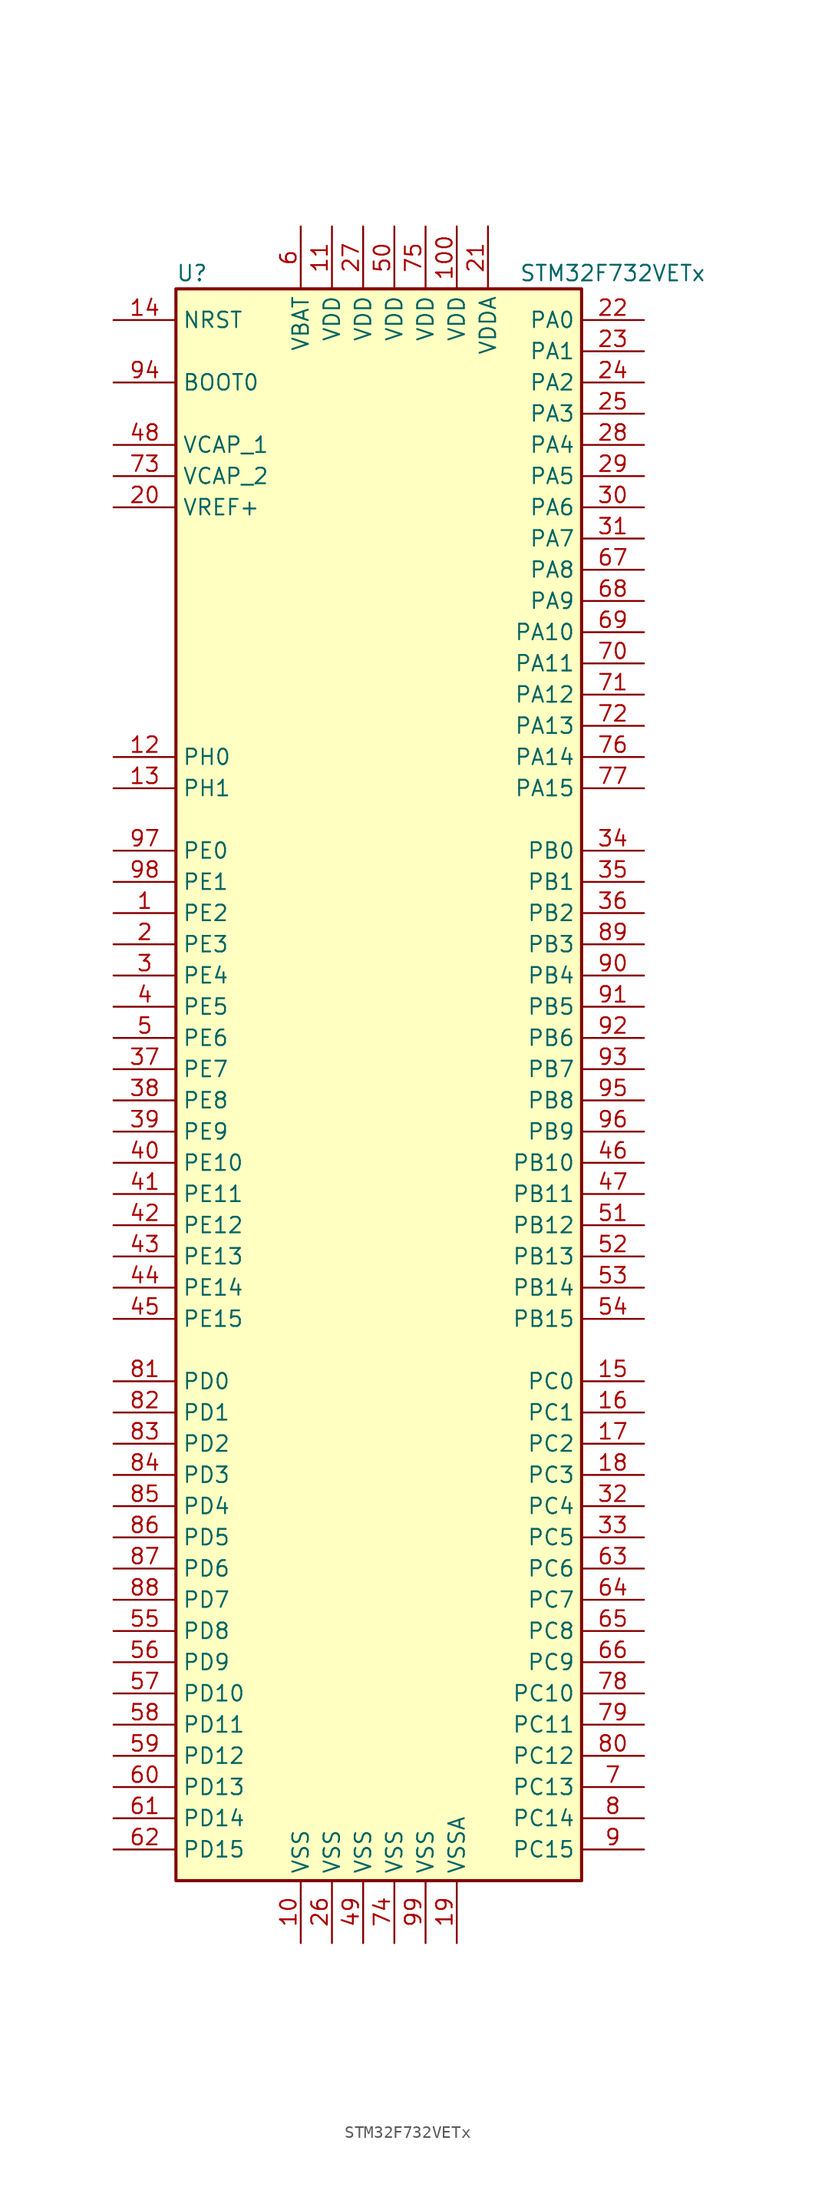
<source format=kicad_sym>
(kicad_symbol_lib
  (version 20220914)
  (generator kicad_symbol_editor)
  (symbol "STM32F732VETx"
    (property "Reference" "U"
      (at -17.78 64.77 0)
      (effects (font (size 1.27 1.27)) (justify left)))
    (property "Value" "STM32F732VETx"
      (at 10.16 64.77 0)
      (effects (font (size 1.27 1.27)) (justify left)))
    (symbol "STM32F732VETx_0_1"
      (rectangle (start -17.78 -66.04) (end 15.24 63.5) (stroke (width 0.254) (type default)) (fill (type background))))
    (symbol "STM32F732VETx_1_1"
      (pin bidirectional line (at -22.86 12.7 0) (length 5.08) (name "PE2" (effects (font (size 1.27 1.27)))) (number "1" (effects (font (size 1.27 1.27)))))
      (pin power_in line (at -7.62 -71.12 90) (length 5.08) (name "VSS" (effects (font (size 1.27 1.27)))) (number "10" (effects (font (size 1.27 1.27)))))
      (pin power_in line (at 5.08 68.58 270) (length 5.08) (name "VDD" (effects (font (size 1.27 1.27)))) (number "100" (effects (font (size 1.27 1.27)))))
      (pin power_in line (at -5.08 68.58 270) (length 5.08) (name "VDD" (effects (font (size 1.27 1.27)))) (number "11" (effects (font (size 1.27 1.27)))))
      (pin input line (at -22.86 25.4 0) (length 5.08) (name "PH0" (effects (font (size 1.27 1.27)))) (number "12" (effects (font (size 1.27 1.27)))))
      (pin input line (at -22.86 22.86 0) (length 5.08) (name "PH1" (effects (font (size 1.27 1.27)))) (number "13" (effects (font (size 1.27 1.27)))))
      (pin input line (at -22.86 60.96 0) (length 5.08) (name "NRST" (effects (font (size 1.27 1.27)))) (number "14" (effects (font (size 1.27 1.27)))))
      (pin bidirectional line (at 20.32 -25.4 180) (length 5.08) (name "PC0" (effects (font (size 1.27 1.27)))) (number "15" (effects (font (size 1.27 1.27)))))
      (pin bidirectional line (at 20.32 -27.94 180) (length 5.08) (name "PC1" (effects (font (size 1.27 1.27)))) (number "16" (effects (font (size 1.27 1.27)))))
      (pin bidirectional line (at 20.32 -30.48 180) (length 5.08) (name "PC2" (effects (font (size 1.27 1.27)))) (number "17" (effects (font (size 1.27 1.27)))))
      (pin bidirectional line (at 20.32 -33.02 180) (length 5.08) (name "PC3" (effects (font (size 1.27 1.27)))) (number "18" (effects (font (size 1.27 1.27)))))
      (pin power_in line (at 5.08 -71.12 90) (length 5.08) (name "VSSA" (effects (font (size 1.27 1.27)))) (number "19" (effects (font (size 1.27 1.27)))))
      (pin bidirectional line (at -22.86 10.16 0) (length 5.08) (name "PE3" (effects (font (size 1.27 1.27)))) (number "2" (effects (font (size 1.27 1.27)))))
      (pin power_in line (at -22.86 45.72 0) (length 5.08) (name "VREF+" (effects (font (size 1.27 1.27)))) (number "20" (effects (font (size 1.27 1.27)))))
      (pin power_in line (at 7.62 68.58 270) (length 5.08) (name "VDDA" (effects (font (size 1.27 1.27)))) (number "21" (effects (font (size 1.27 1.27)))))
      (pin bidirectional line (at 20.32 60.96 180) (length 5.08) (name "PA0" (effects (font (size 1.27 1.27)))) (number "22" (effects (font (size 1.27 1.27)))))
      (pin bidirectional line (at 20.32 58.42 180) (length 5.08) (name "PA1" (effects (font (size 1.27 1.27)))) (number "23" (effects (font (size 1.27 1.27)))))
      (pin bidirectional line (at 20.32 55.88 180) (length 5.08) (name "PA2" (effects (font (size 1.27 1.27)))) (number "24" (effects (font (size 1.27 1.27)))))
      (pin bidirectional line (at 20.32 53.34 180) (length 5.08) (name "PA3" (effects (font (size 1.27 1.27)))) (number "25" (effects (font (size 1.27 1.27)))))
      (pin power_in line (at -5.08 -71.12 90) (length 5.08) (name "VSS" (effects (font (size 1.27 1.27)))) (number "26" (effects (font (size 1.27 1.27)))))
      (pin power_in line (at -2.54 68.58 270) (length 5.08) (name "VDD" (effects (font (size 1.27 1.27)))) (number "27" (effects (font (size 1.27 1.27)))))
      (pin bidirectional line (at 20.32 50.8 180) (length 5.08) (name "PA4" (effects (font (size 1.27 1.27)))) (number "28" (effects (font (size 1.27 1.27)))))
      (pin bidirectional line (at 20.32 48.26 180) (length 5.08) (name "PA5" (effects (font (size 1.27 1.27)))) (number "29" (effects (font (size 1.27 1.27)))))
      (pin bidirectional line (at -22.86 7.62 0) (length 5.08) (name "PE4" (effects (font (size 1.27 1.27)))) (number "3" (effects (font (size 1.27 1.27)))))
      (pin bidirectional line (at 20.32 45.72 180) (length 5.08) (name "PA6" (effects (font (size 1.27 1.27)))) (number "30" (effects (font (size 1.27 1.27)))))
      (pin bidirectional line (at 20.32 43.18 180) (length 5.08) (name "PA7" (effects (font (size 1.27 1.27)))) (number "31" (effects (font (size 1.27 1.27)))))
      (pin bidirectional line (at 20.32 -35.56 180) (length 5.08) (name "PC4" (effects (font (size 1.27 1.27)))) (number "32" (effects (font (size 1.27 1.27)))))
      (pin bidirectional line (at 20.32 -38.1 180) (length 5.08) (name "PC5" (effects (font (size 1.27 1.27)))) (number "33" (effects (font (size 1.27 1.27)))))
      (pin bidirectional line (at 20.32 17.78 180) (length 5.08) (name "PB0" (effects (font (size 1.27 1.27)))) (number "34" (effects (font (size 1.27 1.27)))))
      (pin bidirectional line (at 20.32 15.24 180) (length 5.08) (name "PB1" (effects (font (size 1.27 1.27)))) (number "35" (effects (font (size 1.27 1.27)))))
      (pin bidirectional line (at 20.32 12.7 180) (length 5.08) (name "PB2" (effects (font (size 1.27 1.27)))) (number "36" (effects (font (size 1.27 1.27)))))
      (pin bidirectional line (at -22.86 0 0) (length 5.08) (name "PE7" (effects (font (size 1.27 1.27)))) (number "37" (effects (font (size 1.27 1.27)))))
      (pin bidirectional line (at -22.86 -2.54 0) (length 5.08) (name "PE8" (effects (font (size 1.27 1.27)))) (number "38" (effects (font (size 1.27 1.27)))))
      (pin bidirectional line (at -22.86 -5.08 0) (length 5.08) (name "PE9" (effects (font (size 1.27 1.27)))) (number "39" (effects (font (size 1.27 1.27)))))
      (pin bidirectional line (at -22.86 5.08 0) (length 5.08) (name "PE5" (effects (font (size 1.27 1.27)))) (number "4" (effects (font (size 1.27 1.27)))))
      (pin bidirectional line (at -22.86 -7.62 0) (length 5.08) (name "PE10" (effects (font (size 1.27 1.27)))) (number "40" (effects (font (size 1.27 1.27)))))
      (pin bidirectional line (at -22.86 -10.16 0) (length 5.08) (name "PE11" (effects (font (size 1.27 1.27)))) (number "41" (effects (font (size 1.27 1.27)))))
      (pin bidirectional line (at -22.86 -12.7 0) (length 5.08) (name "PE12" (effects (font (size 1.27 1.27)))) (number "42" (effects (font (size 1.27 1.27)))))
      (pin bidirectional line (at -22.86 -15.24 0) (length 5.08) (name "PE13" (effects (font (size 1.27 1.27)))) (number "43" (effects (font (size 1.27 1.27)))))
      (pin bidirectional line (at -22.86 -17.78 0) (length 5.08) (name "PE14" (effects (font (size 1.27 1.27)))) (number "44" (effects (font (size 1.27 1.27)))))
      (pin bidirectional line (at -22.86 -20.32 0) (length 5.08) (name "PE15" (effects (font (size 1.27 1.27)))) (number "45" (effects (font (size 1.27 1.27)))))
      (pin bidirectional line (at 20.32 -7.62 180) (length 5.08) (name "PB10" (effects (font (size 1.27 1.27)))) (number "46" (effects (font (size 1.27 1.27)))))
      (pin bidirectional line (at 20.32 -10.16 180) (length 5.08) (name "PB11" (effects (font (size 1.27 1.27)))) (number "47" (effects (font (size 1.27 1.27)))))
      (pin power_in line (at -22.86 50.8 0) (length 5.08) (name "VCAP_1" (effects (font (size 1.27 1.27)))) (number "48" (effects (font (size 1.27 1.27)))))
      (pin power_in line (at -2.54 -71.12 90) (length 5.08) (name "VSS" (effects (font (size 1.27 1.27)))) (number "49" (effects (font (size 1.27 1.27)))))
      (pin bidirectional line (at -22.86 2.54 0) (length 5.08) (name "PE6" (effects (font (size 1.27 1.27)))) (number "5" (effects (font (size 1.27 1.27)))))
      (pin power_in line (at 0 68.58 270) (length 5.08) (name "VDD" (effects (font (size 1.27 1.27)))) (number "50" (effects (font (size 1.27 1.27)))))
      (pin bidirectional line (at 20.32 -12.7 180) (length 5.08) (name "PB12" (effects (font (size 1.27 1.27)))) (number "51" (effects (font (size 1.27 1.27)))))
      (pin bidirectional line (at 20.32 -15.24 180) (length 5.08) (name "PB13" (effects (font (size 1.27 1.27)))) (number "52" (effects (font (size 1.27 1.27)))))
      (pin bidirectional line (at 20.32 -17.78 180) (length 5.08) (name "PB14" (effects (font (size 1.27 1.27)))) (number "53" (effects (font (size 1.27 1.27)))))
      (pin bidirectional line (at 20.32 -20.32 180) (length 5.08) (name "PB15" (effects (font (size 1.27 1.27)))) (number "54" (effects (font (size 1.27 1.27)))))
      (pin bidirectional line (at -22.86 -45.72 0) (length 5.08) (name "PD8" (effects (font (size 1.27 1.27)))) (number "55" (effects (font (size 1.27 1.27)))))
      (pin bidirectional line (at -22.86 -48.26 0) (length 5.08) (name "PD9" (effects (font (size 1.27 1.27)))) (number "56" (effects (font (size 1.27 1.27)))))
      (pin bidirectional line (at -22.86 -50.8 0) (length 5.08) (name "PD10" (effects (font (size 1.27 1.27)))) (number "57" (effects (font (size 1.27 1.27)))))
      (pin bidirectional line (at -22.86 -53.34 0) (length 5.08) (name "PD11" (effects (font (size 1.27 1.27)))) (number "58" (effects (font (size 1.27 1.27)))))
      (pin bidirectional line (at -22.86 -55.88 0) (length 5.08) (name "PD12" (effects (font (size 1.27 1.27)))) (number "59" (effects (font (size 1.27 1.27)))))
      (pin power_in line (at -7.62 68.58 270) (length 5.08) (name "VBAT" (effects (font (size 1.27 1.27)))) (number "6" (effects (font (size 1.27 1.27)))))
      (pin bidirectional line (at -22.86 -58.42 0) (length 5.08) (name "PD13" (effects (font (size 1.27 1.27)))) (number "60" (effects (font (size 1.27 1.27)))))
      (pin bidirectional line (at -22.86 -60.96 0) (length 5.08) (name "PD14" (effects (font (size 1.27 1.27)))) (number "61" (effects (font (size 1.27 1.27)))))
      (pin bidirectional line (at -22.86 -63.5 0) (length 5.08) (name "PD15" (effects (font (size 1.27 1.27)))) (number "62" (effects (font (size 1.27 1.27)))))
      (pin bidirectional line (at 20.32 -40.64 180) (length 5.08) (name "PC6" (effects (font (size 1.27 1.27)))) (number "63" (effects (font (size 1.27 1.27)))))
      (pin bidirectional line (at 20.32 -43.18 180) (length 5.08) (name "PC7" (effects (font (size 1.27 1.27)))) (number "64" (effects (font (size 1.27 1.27)))))
      (pin bidirectional line (at 20.32 -45.72 180) (length 5.08) (name "PC8" (effects (font (size 1.27 1.27)))) (number "65" (effects (font (size 1.27 1.27)))))
      (pin bidirectional line (at 20.32 -48.26 180) (length 5.08) (name "PC9" (effects (font (size 1.27 1.27)))) (number "66" (effects (font (size 1.27 1.27)))))
      (pin bidirectional line (at 20.32 40.64 180) (length 5.08) (name "PA8" (effects (font (size 1.27 1.27)))) (number "67" (effects (font (size 1.27 1.27)))))
      (pin bidirectional line (at 20.32 38.1 180) (length 5.08) (name "PA9" (effects (font (size 1.27 1.27)))) (number "68" (effects (font (size 1.27 1.27)))))
      (pin bidirectional line (at 20.32 35.56 180) (length 5.08) (name "PA10" (effects (font (size 1.27 1.27)))) (number "69" (effects (font (size 1.27 1.27)))))
      (pin bidirectional line (at 20.32 -58.42 180) (length 5.08) (name "PC13" (effects (font (size 1.27 1.27)))) (number "7" (effects (font (size 1.27 1.27)))))
      (pin bidirectional line (at 20.32 33.02 180) (length 5.08) (name "PA11" (effects (font (size 1.27 1.27)))) (number "70" (effects (font (size 1.27 1.27)))))
      (pin bidirectional line (at 20.32 30.48 180) (length 5.08) (name "PA12" (effects (font (size 1.27 1.27)))) (number "71" (effects (font (size 1.27 1.27)))))
      (pin bidirectional line (at 20.32 27.94 180) (length 5.08) (name "PA13" (effects (font (size 1.27 1.27)))) (number "72" (effects (font (size 1.27 1.27)))))
      (pin power_in line (at -22.86 48.26 0) (length 5.08) (name "VCAP_2" (effects (font (size 1.27 1.27)))) (number "73" (effects (font (size 1.27 1.27)))))
      (pin power_in line (at 0 -71.12 90) (length 5.08) (name "VSS" (effects (font (size 1.27 1.27)))) (number "74" (effects (font (size 1.27 1.27)))))
      (pin power_in line (at 2.54 68.58 270) (length 5.08) (name "VDD" (effects (font (size 1.27 1.27)))) (number "75" (effects (font (size 1.27 1.27)))))
      (pin bidirectional line (at 20.32 25.4 180) (length 5.08) (name "PA14" (effects (font (size 1.27 1.27)))) (number "76" (effects (font (size 1.27 1.27)))))
      (pin bidirectional line (at 20.32 22.86 180) (length 5.08) (name "PA15" (effects (font (size 1.27 1.27)))) (number "77" (effects (font (size 1.27 1.27)))))
      (pin bidirectional line (at 20.32 -50.8 180) (length 5.08) (name "PC10" (effects (font (size 1.27 1.27)))) (number "78" (effects (font (size 1.27 1.27)))))
      (pin bidirectional line (at 20.32 -53.34 180) (length 5.08) (name "PC11" (effects (font (size 1.27 1.27)))) (number "79" (effects (font (size 1.27 1.27)))))
      (pin bidirectional line (at 20.32 -60.96 180) (length 5.08) (name "PC14" (effects (font (size 1.27 1.27)))) (number "8" (effects (font (size 1.27 1.27)))))
      (pin bidirectional line (at 20.32 -55.88 180) (length 5.08) (name "PC12" (effects (font (size 1.27 1.27)))) (number "80" (effects (font (size 1.27 1.27)))))
      (pin bidirectional line (at -22.86 -25.4 0) (length 5.08) (name "PD0" (effects (font (size 1.27 1.27)))) (number "81" (effects (font (size 1.27 1.27)))))
      (pin bidirectional line (at -22.86 -27.94 0) (length 5.08) (name "PD1" (effects (font (size 1.27 1.27)))) (number "82" (effects (font (size 1.27 1.27)))))
      (pin bidirectional line (at -22.86 -30.48 0) (length 5.08) (name "PD2" (effects (font (size 1.27 1.27)))) (number "83" (effects (font (size 1.27 1.27)))))
      (pin bidirectional line (at -22.86 -33.02 0) (length 5.08) (name "PD3" (effects (font (size 1.27 1.27)))) (number "84" (effects (font (size 1.27 1.27)))))
      (pin bidirectional line (at -22.86 -35.56 0) (length 5.08) (name "PD4" (effects (font (size 1.27 1.27)))) (number "85" (effects (font (size 1.27 1.27)))))
      (pin bidirectional line (at -22.86 -38.1 0) (length 5.08) (name "PD5" (effects (font (size 1.27 1.27)))) (number "86" (effects (font (size 1.27 1.27)))))
      (pin bidirectional line (at -22.86 -40.64 0) (length 5.08) (name "PD6" (effects (font (size 1.27 1.27)))) (number "87" (effects (font (size 1.27 1.27)))))
      (pin bidirectional line (at -22.86 -43.18 0) (length 5.08) (name "PD7" (effects (font (size 1.27 1.27)))) (number "88" (effects (font (size 1.27 1.27)))))
      (pin bidirectional line (at 20.32 10.16 180) (length 5.08) (name "PB3" (effects (font (size 1.27 1.27)))) (number "89" (effects (font (size 1.27 1.27)))))
      (pin bidirectional line (at 20.32 -63.5 180) (length 5.08) (name "PC15" (effects (font (size 1.27 1.27)))) (number "9" (effects (font (size 1.27 1.27)))))
      (pin bidirectional line (at 20.32 7.62 180) (length 5.08) (name "PB4" (effects (font (size 1.27 1.27)))) (number "90" (effects (font (size 1.27 1.27)))))
      (pin bidirectional line (at 20.32 5.08 180) (length 5.08) (name "PB5" (effects (font (size 1.27 1.27)))) (number "91" (effects (font (size 1.27 1.27)))))
      (pin bidirectional line (at 20.32 2.54 180) (length 5.08) (name "PB6" (effects (font (size 1.27 1.27)))) (number "92" (effects (font (size 1.27 1.27)))))
      (pin bidirectional line (at 20.32 0 180) (length 5.08) (name "PB7" (effects (font (size 1.27 1.27)))) (number "93" (effects (font (size 1.27 1.27)))))
      (pin input line (at -22.86 55.88 0) (length 5.08) (name "BOOT0" (effects (font (size 1.27 1.27)))) (number "94" (effects (font (size 1.27 1.27)))))
      (pin bidirectional line (at 20.32 -2.54 180) (length 5.08) (name "PB8" (effects (font (size 1.27 1.27)))) (number "95" (effects (font (size 1.27 1.27)))))
      (pin bidirectional line (at 20.32 -5.08 180) (length 5.08) (name "PB9" (effects (font (size 1.27 1.27)))) (number "96" (effects (font (size 1.27 1.27)))))
      (pin bidirectional line (at -22.86 17.78 0) (length 5.08) (name "PE0" (effects (font (size 1.27 1.27)))) (number "97" (effects (font (size 1.27 1.27)))))
      (pin bidirectional line (at -22.86 15.24 0) (length 5.08) (name "PE1" (effects (font (size 1.27 1.27)))) (number "98" (effects (font (size 1.27 1.27)))))
      (pin power_in line (at 2.54 -71.12 90) (length 5.08) (name "VSS" (effects (font (size 1.27 1.27)))) (number "99" (effects (font (size 1.27 1.27))))))))
</source>
